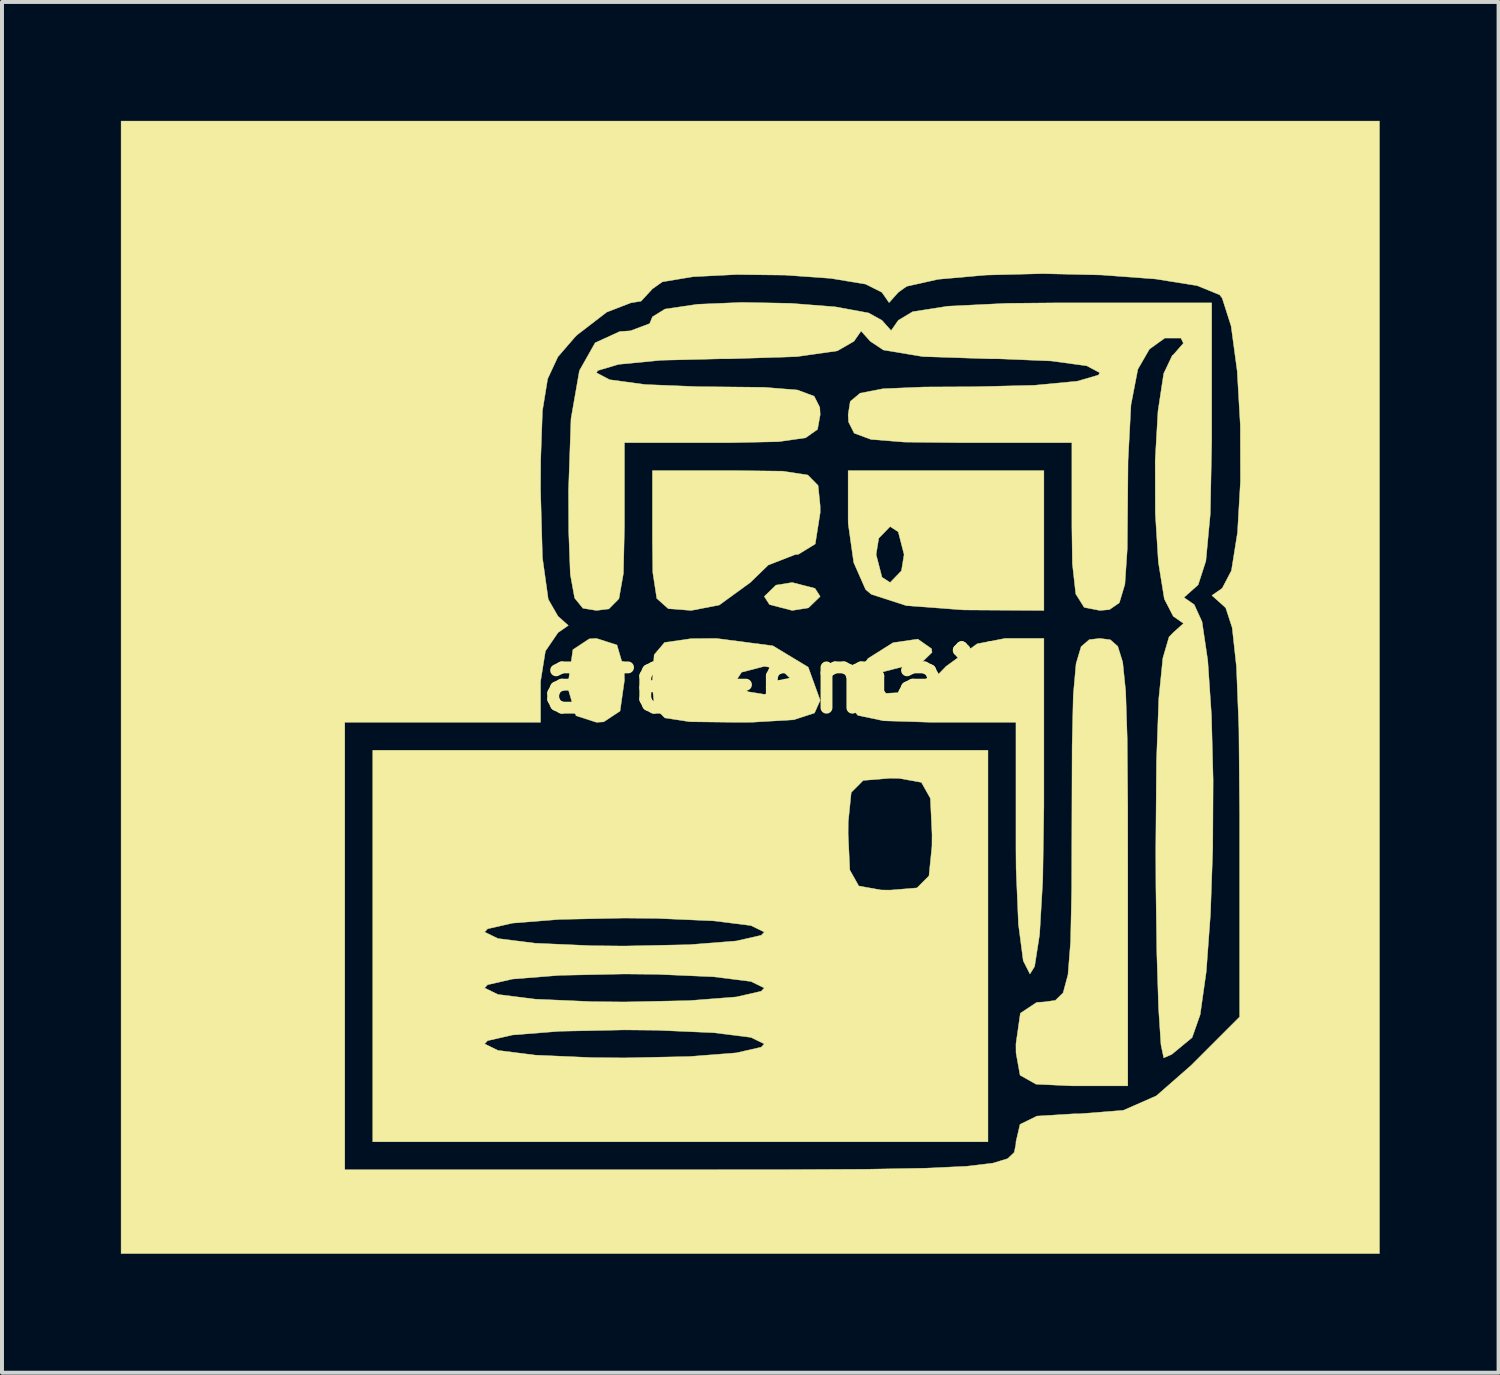
<source format=kicad_pcb>
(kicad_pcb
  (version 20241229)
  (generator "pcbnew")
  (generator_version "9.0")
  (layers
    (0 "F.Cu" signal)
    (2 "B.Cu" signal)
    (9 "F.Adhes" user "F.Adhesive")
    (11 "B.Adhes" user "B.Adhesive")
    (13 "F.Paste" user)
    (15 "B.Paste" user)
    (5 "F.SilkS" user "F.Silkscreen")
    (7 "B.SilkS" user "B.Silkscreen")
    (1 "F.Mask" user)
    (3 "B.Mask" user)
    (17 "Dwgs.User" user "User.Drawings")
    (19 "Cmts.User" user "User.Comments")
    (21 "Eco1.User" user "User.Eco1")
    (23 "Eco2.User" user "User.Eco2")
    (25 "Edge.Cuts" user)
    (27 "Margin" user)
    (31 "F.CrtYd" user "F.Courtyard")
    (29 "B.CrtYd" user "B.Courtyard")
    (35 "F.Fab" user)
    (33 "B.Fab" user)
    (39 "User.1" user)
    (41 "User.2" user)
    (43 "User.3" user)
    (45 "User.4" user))
  (footprint "kare-email"
    (layer "F.Cu")
    (at 15.88 14.116)
    (property "Reference" "kare-email" (at 0 0 0) (layer "F.SilkS") (effects (font (size 1.524 1.524) (thickness 0.3))))
    (attr through_hole)
    (fp_poly (pts (xy 1.632 -2.322) (xy 1.764 -2.117) (xy 1.468 -1.83) (xy 1.058 -1.764) (xy 0.485 -1.912) (xy 0.353 -2.117) (xy 0.648 -2.403) (xy 1.058 -2.469) (xy 1.632 -2.322)) (stroke (width 0.01) (type solid)) (fill yes) (layer "F.SilkS"))
    (fp_poly (pts (xy -3.364 -0.892) (xy -3.182 -0.273) (xy -3.175 0) (xy -3.286 0.775) (xy -3.698 1.047) (xy -3.881 1.058) (xy -4.397 0.892) (xy -4.579 0.273) (xy -4.586 0) (xy -4.475 -0.775) (xy -4.063 -1.047) (xy -3.881 -1.058) (xy -3.364 -0.892)) (stroke (width 0.01) (type solid)) (fill yes) (layer "F.SilkS"))
    (fp_poly (pts (xy 0.819 -5.278) (xy 1.451 -5.181) (xy 1.711 -4.917) (xy 1.763 -4.405) (xy 1.764 -4.233) (xy 1.639 -3.441) (xy 1.21 -3.178) (xy 1.136 -3.175) (xy 0.454 -2.909) (xy 0 -2.469) (xy -0.784 -1.9) (xy -1.489 -1.764) (xy -2.07 -1.809) (xy -2.359 -2.067) (xy -2.459 -2.719) (xy -2.469 -3.528) (xy -2.469 -5.292) (xy -0.353 -5.292) (xy 0.819 -5.278)) (stroke (width 0.01) (type solid)) (fill yes) (layer "F.SilkS"))
    (fp_poly (pts (xy 7.408 -1.764) (xy 5.38 -1.777) (xy 3.939 -1.885) (xy 3.054 -2.171) (xy 2.91 -2.292) (xy 2.61 -2.971) (xy 2.581 -3.175) (xy 3.175 -3.175) (xy 3.323 -2.602) (xy 3.528 -2.469) (xy 3.814 -2.765) (xy 3.881 -3.175) (xy 3.733 -3.748) (xy 3.528 -3.881) (xy 3.241 -3.585) (xy 3.175 -3.175) (xy 2.581 -3.175) (xy 2.471 -3.952) (xy 2.469 -4.042) (xy 2.469 -5.292) (xy 7.408 -5.292) (xy 7.408 -1.764)) (stroke (width 0.01) (type solid)) (fill yes) (layer "F.SilkS"))
    (fp_poly (pts (xy 0.57 -0.872) (xy 1.462 -0.333) (xy 1.764 0.504) (xy 1.621 0.823) (xy 1.099 0.994) (xy 0.055 1.056) (xy -0.353 1.058) (xy -1.524 1.044) (xy -2.157 0.947) (xy -2.416 0.684) (xy -2.469 0.171) (xy -2.469 0) (xy -0.353 0) (xy -0.057 0.287) (xy 0.353 0.353) (xy 0.926 0.205) (xy 1.058 0) (xy 0.763 -0.287) (xy 0.353 -0.353) (xy -0.22 -0.205) (xy -0.353 0) (xy -2.469 0) (xy -2.425 -0.647) (xy -2.163 -0.956) (xy -1.496 -1.052) (xy -0.857 -1.058) (xy 0.57 -0.872)) (stroke (width 0.01) (type solid)) (fill yes) (layer "F.SilkS"))
    (fp_poly (pts (xy 9.083 -1.025) (xy 9.272 -0.859) (xy 9.397 -0.457) (xy 9.472 0.281) (xy 9.51 1.458) (xy 9.524 3.174) (xy 9.525 4.586) (xy 9.525 10.231) (xy 8.114 10.231) (xy 7.209 10.189) (xy 6.807 9.962) (xy 6.705 9.399) (xy 6.703 9.172) (xy 6.814 8.398) (xy 7.226 8.125) (xy 7.408 8.114) (xy 7.696 8.075) (xy 7.893 7.883) (xy 8.016 7.426) (xy 8.082 6.592) (xy 8.109 5.267) (xy 8.114 3.528) (xy 8.12 1.656) (xy 8.149 0.376) (xy 8.22 -0.422) (xy 8.348 -0.852) (xy 8.552 -1.027) (xy 8.819 -1.058) (xy 9.083 -1.025)) (stroke (width 0.01) (type solid)) (fill yes) (layer "F.SilkS"))
    (fp_poly (pts (xy 7.408 3.175) (xy 7.38 5.033) (xy 7.3 6.408) (xy 7.174 7.219) (xy 7.056 7.408) (xy 6.887 7.075) (xy 6.766 6.153) (xy 6.707 4.759) (xy 6.703 4.233) (xy 6.703 1.058) (xy 4.586 1.058) (xy 3.37 1.021) (xy 2.715 0.884) (xy 2.479 0.611) (xy 2.469 0.504) (xy 2.704 -0.198) (xy 2.973 -0.554) (xy 3.603 -0.951) (xy 4.227 -1.041) (xy 4.574 -0.798) (xy 4.586 -0.706) (xy 4.291 -0.419) (xy 3.881 -0.353) (xy 3.307 -0.205) (xy 3.175 0) (xy 3.421 0.327) (xy 3.991 0.298) (xy 4.631 -0.035) (xy 4.939 -0.353) (xy 5.723 -0.922) (xy 6.428 -1.058) (xy 7.408 -1.058) (xy 7.408 3.175)) (stroke (width 0.01) (type solid)) (fill yes) (layer "F.SilkS"))
    (fp_poly (pts (xy 15.875 14.464) (xy -15.875 14.464) (xy -15.875 1.058) (xy -10.231 1.058) (xy -10.231 12.347) (xy -1.764 12.347) (xy 0.892 12.345) (xy 2.925 12.335) (xy 4.419 12.308) (xy 5.456 12.26) (xy 6.12 12.181) (xy 6.494 12.067) (xy 6.66 11.909) (xy 6.702 11.701) (xy 6.703 11.642) (xy 6.806 11.202) (xy 7.234 10.993) (xy 8.168 10.936) (xy 8.302 10.936) (xy 9.413 10.848) (xy 10.246 10.482) (xy 11.124 9.713) (xy 12.347 8.49) (xy 12.347 3.393) (xy 12.328 1.21) (xy 12.267 -0.34) (xy 12.159 -1.329) (xy 11.996 -1.828) (xy 11.906 -1.911) (xy 11.647 -2.143) (xy 11.906 -2.322) (xy 12.14 -2.77) (xy 12.293 -3.73) (xy 12.367 -5.014) (xy 12.364 -6.436) (xy 12.285 -7.807) (xy 12.132 -8.938) (xy 11.907 -9.643) (xy 11.843 -9.727) (xy 11.276 -9.959) (xy 10.224 -10.127) (xy 8.865 -10.228) (xy 7.378 -10.262) (xy 5.944 -10.226) (xy 4.739 -10.119) (xy 3.944 -9.941) (xy 3.734 -9.79) (xy 3.502 -9.53) (xy 3.322 -9.79) (xy 2.91 -9.997) (xy 2.028 -10.143) (xy 0.876 -10.225) (xy -0.349 -10.239) (xy -1.447 -10.184) (xy -2.218 -10.055) (xy -2.469 -9.878) (xy -2.756 -9.567) (xy -3.015 -9.525) (xy -3.621 -9.291) (xy -4.363 -8.721) (xy -4.426 -8.659) (xy -4.854 -8.163) (xy -5.113 -7.606) (xy -5.244 -6.801) (xy -5.288 -5.562) (xy -5.292 -4.808) (xy -5.244 -3.096) (xy -5.097 -2.044) (xy -4.851 -1.617) (xy -4.591 -1.385) (xy -4.851 -1.205) (xy -5.169 -0.738) (xy -5.292 0.029) (xy -5.292 1.058) (xy -10.231 1.058) (xy -15.875 1.058) (xy -15.875 -14.111) (xy 15.875 -14.111) (xy 15.875 14.464)) (stroke (width 0.01) (type solid)) (fill yes) (layer "F.SilkS"))
    (fp_poly (pts (xy 5.997 11.642) (xy -9.525 11.642) (xy -9.525 9.172) (xy -6.703 9.172) (xy -6.367 9.336) (xy -5.429 9.455) (xy -3.989 9.518) (xy -3.175 9.525) (xy -1.536 9.491) (xy -0.351 9.398) (xy 0.278 9.254) (xy 0.353 9.172) (xy 0.017 9.008) (xy -0.921 8.89) (xy -2.361 8.827) (xy -3.175 8.819) (xy -4.814 8.853) (xy -5.999 8.947) (xy -6.628 9.091) (xy -6.703 9.172) (xy -9.525 9.172) (xy -9.525 7.761) (xy -6.703 7.761) (xy -6.367 7.925) (xy -5.429 8.043) (xy -3.989 8.106) (xy -3.175 8.114) (xy -1.536 8.08) (xy -0.351 7.987) (xy 0.278 7.843) (xy 0.353 7.761) (xy 0.017 7.597) (xy -0.921 7.479) (xy -2.361 7.416) (xy -3.175 7.408) (xy -4.814 7.442) (xy -5.999 7.536) (xy -6.628 7.68) (xy -6.703 7.761) (xy -9.525 7.761) (xy -9.525 6.35) (xy -6.703 6.35) (xy -6.367 6.514) (xy -5.429 6.632) (xy -3.989 6.695) (xy -3.175 6.703) (xy -1.536 6.669) (xy -0.351 6.575) (xy 0.278 6.431) (xy 0.353 6.35) (xy 0.017 6.186) (xy -0.921 6.068) (xy -2.361 6.005) (xy -3.175 5.997) (xy -4.814 6.031) (xy -5.999 6.125) (xy -6.628 6.269) (xy -6.703 6.35) (xy -9.525 6.35) (xy -9.525 3.881) (xy 2.469 3.881) (xy 2.511 4.785) (xy 2.738 5.188) (xy 3.301 5.289) (xy 3.528 5.292) (xy 4.206 5.236) (xy 4.508 4.934) (xy 4.584 4.184) (xy 4.586 3.881) (xy 4.544 2.976) (xy 4.318 2.574) (xy 3.755 2.472) (xy 3.528 2.469) (xy 2.849 2.525) (xy 2.547 2.827) (xy 2.471 3.578) (xy 2.469 3.881) (xy -9.525 3.881) (xy -9.525 1.764) (xy 5.997 1.764) (xy 5.997 11.642)) (stroke (width 0.01) (type solid)) (fill yes) (layer "F.SilkS"))
    (fp_poly (pts (xy 1.017 -9.513) (xy 2.148 -9.424) (xy 2.986 -9.27) (xy 3.322 -9.084) (xy 3.554 -8.825) (xy 3.734 -9.084) (xy 4.096 -9.301) (xy 4.988 -9.441) (xy 6.475 -9.513) (xy 7.791 -9.525) (xy 11.642 -9.525) (xy 11.642 -6.027) (xy 11.606 -4.199) (xy 11.495 -3.013) (xy 11.301 -2.412) (xy 11.201 -2.322) (xy 10.941 -2.091) (xy 11.201 -1.911) (xy 11.398 -1.48) (xy 11.543 -0.498) (xy 11.636 0.883) (xy 11.678 2.51) (xy 11.669 4.231) (xy 11.611 5.894) (xy 11.505 7.346) (xy 11.351 8.434) (xy 11.15 9.007) (xy 11.138 9.021) (xy 10.635 9.436) (xy 10.432 9.525) (xy 10.362 9.193) (xy 10.302 8.277) (xy 10.258 6.9) (xy 10.234 5.185) (xy 10.231 4.263) (xy 10.249 2.045) (xy 10.307 0.46) (xy 10.41 -0.563) (xy 10.566 -1.096) (xy 10.672 -1.205) (xy 10.931 -1.437) (xy 10.672 -1.617) (xy 10.447 -2.053) (xy 10.296 -2.986) (xy 10.219 -4.218) (xy 10.216 -5.553) (xy 10.287 -6.793) (xy 10.431 -7.742) (xy 10.65 -8.203) (xy 10.672 -8.213) (xy 10.928 -8.506) (xy 10.865 -8.637) (xy 10.46 -8.637) (xy 10.071 -8.357) (xy 9.778 -7.848) (xy 9.605 -6.951) (xy 9.531 -5.536) (xy 9.525 -4.788) (xy 9.512 -3.322) (xy 9.452 -2.425) (xy 9.312 -1.958) (xy 9.062 -1.785) (xy 8.819 -1.764) (xy 8.425 -1.841) (xy 8.212 -2.18) (xy 8.127 -2.943) (xy 8.114 -3.881) (xy 8.114 -5.997) (xy 5.292 -5.997) (xy 3.886 -6.012) (xy 3.043 -6.08) (xy 2.622 -6.236) (xy 2.48 -6.517) (xy 2.469 -6.703) (xy 2.522 -7.038) (xy 2.771 -7.246) (xy 3.35 -7.358) (xy 4.393 -7.402) (xy 5.644 -7.408) (xy 7.166 -7.445) (xy 8.251 -7.548) (xy 8.784 -7.703) (xy 8.819 -7.761) (xy 8.49 -7.936) (xy 7.59 -8.059) (xy 6.257 -8.113) (xy 6.027 -8.114) (xy 4.356 -8.169) (xy 3.359 -8.335) (xy 3.028 -8.555) (xy 2.796 -8.814) (xy 2.616 -8.555) (xy 2.195 -8.313) (xy 1.173 -8.168) (xy -0.497 -8.114) (xy -0.735 -8.114) (xy -2.246 -8.077) (xy -3.323 -7.973) (xy -3.848 -7.817) (xy -3.881 -7.761) (xy -3.55 -7.586) (xy -2.649 -7.464) (xy -1.311 -7.41) (xy -1.058 -7.408) (xy 0.348 -7.394) (xy 1.191 -7.326) (xy 1.612 -7.169) (xy 1.754 -6.889) (xy 1.764 -6.703) (xy 1.697 -6.332) (xy 1.397 -6.12) (xy 0.712 -6.022) (xy -0.509 -5.997) (xy -0.706 -5.997) (xy -3.175 -5.997) (xy -3.175 -3.881) (xy -3.201 -2.698) (xy -3.314 -2.06) (xy -3.568 -1.803) (xy -3.881 -1.764) (xy -4.222 -1.819) (xy -4.432 -2.077) (xy -4.541 -2.675) (xy -4.581 -3.749) (xy -4.586 -4.788) (xy -4.523 -6.603) (xy -4.311 -7.815) (xy -3.914 -8.517) (xy -3.295 -8.801) (xy -3.024 -8.819) (xy -2.538 -9.002) (xy -2.469 -9.172) (xy -2.152 -9.368) (xy -1.333 -9.489) (xy -0.21 -9.536) (xy 1.017 -9.513)) (stroke (width 0.01) (type solid)) (fill yes) (layer "F.SilkS")))
  (gr_rect
    (start -3 -3)
    (end 34.76 31.585)
    (stroke (width 0.1) (type default))
    (fill no)
    (layer "Edge.Cuts")))
</source>
